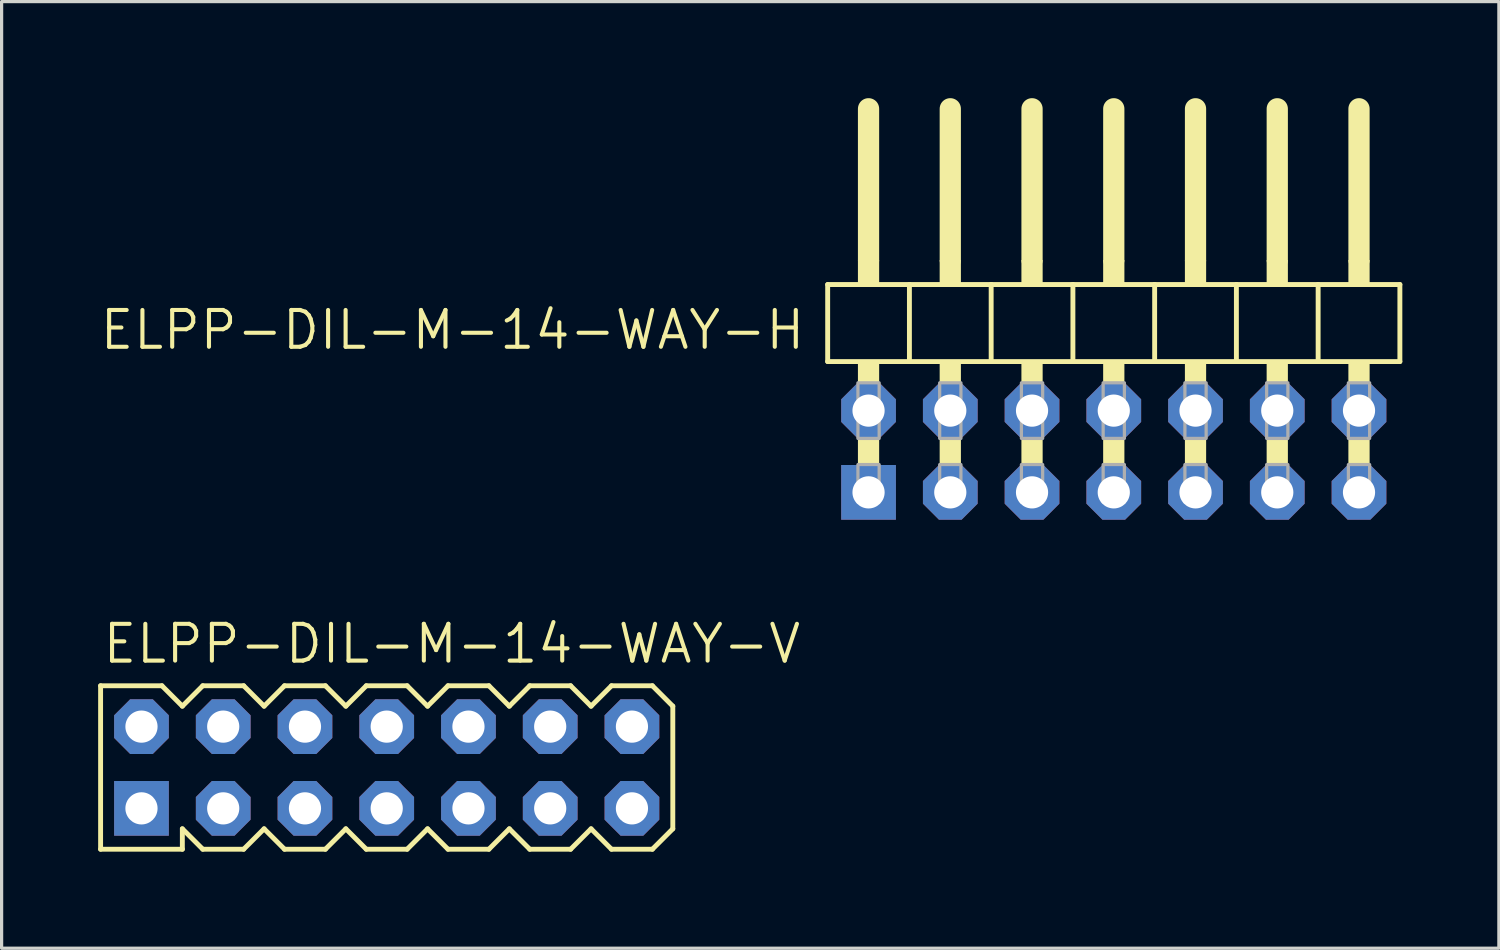
<source format=kicad_pcb>
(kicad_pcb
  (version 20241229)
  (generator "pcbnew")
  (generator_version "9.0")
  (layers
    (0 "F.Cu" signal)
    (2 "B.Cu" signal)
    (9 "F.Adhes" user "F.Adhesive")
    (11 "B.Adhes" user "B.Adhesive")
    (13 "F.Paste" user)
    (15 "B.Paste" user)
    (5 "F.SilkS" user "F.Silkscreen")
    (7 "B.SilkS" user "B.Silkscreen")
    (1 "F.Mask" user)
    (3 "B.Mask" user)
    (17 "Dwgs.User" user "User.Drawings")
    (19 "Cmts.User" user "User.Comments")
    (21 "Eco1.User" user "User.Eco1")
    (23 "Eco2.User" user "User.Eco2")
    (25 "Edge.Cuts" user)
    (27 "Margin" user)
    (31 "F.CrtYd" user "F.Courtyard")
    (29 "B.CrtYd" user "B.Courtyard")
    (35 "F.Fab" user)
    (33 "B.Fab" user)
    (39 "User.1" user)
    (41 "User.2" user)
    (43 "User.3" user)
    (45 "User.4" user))
  (footprint "ELPP-DIL-M-14-WAY-H"
    (layer "F.Cu")
    (at 31.558 10.979)
    (property "Reference" "ELPP-DIL-M-14-WAY-H" (at -9.525 -4.445 0) (unlocked yes) (layer "F.SilkS") (effects (font (size 1.143 1.143) (thickness 0.127)) (justify right top)))
    (fp_line (start -8.89 -5.188) (end -6.35 -5.188) (stroke (width 0.152) (type solid)) (layer "F.SilkS"))
    (fp_line (start -8.89 -2.794) (end -8.89 -5.188) (stroke (width 0.152) (type solid)) (layer "F.SilkS"))
    (fp_line (start -7.62 -5.95) (end -7.62 -10.649) (stroke (width 0.66) (type solid)) (layer "F.SilkS"))
    (fp_line (start -6.35 -5.188) (end -3.81 -5.188) (stroke (width 0.152) (type solid)) (layer "F.SilkS"))
    (fp_line (start -6.35 -2.794) (end -8.89 -2.794) (stroke (width 0.152) (type solid)) (layer "F.SilkS"))
    (fp_line (start -6.35 -2.794) (end -6.35 -5.188) (stroke (width 0.152) (type solid)) (layer "F.SilkS"))
    (fp_line (start -6.35 -2.794) (end -3.81 -2.794) (stroke (width 0.152) (type solid)) (layer "F.SilkS"))
    (fp_line (start -5.08 -5.95) (end -5.08 -10.649) (stroke (width 0.66) (type solid)) (layer "F.SilkS"))
    (fp_line (start -3.81 -5.188) (end -1.27 -5.188) (stroke (width 0.152) (type solid)) (layer "F.SilkS"))
    (fp_line (start -3.81 -2.794) (end -3.81 -5.188) (stroke (width 0.152) (type solid)) (layer "F.SilkS"))
    (fp_line (start -2.54 -5.95) (end -2.54 -10.649) (stroke (width 0.66) (type solid)) (layer "F.SilkS"))
    (fp_line (start -1.27 -5.188) (end 1.27 -5.188) (stroke (width 0.152) (type solid)) (layer "F.SilkS"))
    (fp_line (start -1.27 -2.794) (end -3.81 -2.794) (stroke (width 0.152) (type solid)) (layer "F.SilkS"))
    (fp_line (start -1.27 -2.794) (end -1.27 -5.188) (stroke (width 0.152) (type solid)) (layer "F.SilkS"))
    (fp_line (start 0 -5.95) (end 0 -10.649) (stroke (width 0.66) (type solid)) (layer "F.SilkS"))
    (fp_line (start 1.27 -5.188) (end 3.81 -5.188) (stroke (width 0.152) (type solid)) (layer "F.SilkS"))
    (fp_line (start 1.27 -2.794) (end -1.27 -2.794) (stroke (width 0.152) (type solid)) (layer "F.SilkS"))
    (fp_line (start 1.27 -2.794) (end 1.27 -5.188) (stroke (width 0.152) (type solid)) (layer "F.SilkS"))
    (fp_line (start 2.54 -5.95) (end 2.54 -10.649) (stroke (width 0.66) (type solid)) (layer "F.SilkS"))
    (fp_line (start 3.81 -5.188) (end 6.35 -5.188) (stroke (width 0.152) (type solid)) (layer "F.SilkS"))
    (fp_line (start 3.81 -2.794) (end 1.27 -2.794) (stroke (width 0.152) (type solid)) (layer "F.SilkS"))
    (fp_line (start 3.81 -2.794) (end 3.81 -5.188) (stroke (width 0.152) (type solid)) (layer "F.SilkS"))
    (fp_line (start 5.08 -5.95) (end 5.08 -10.649) (stroke (width 0.66) (type solid)) (layer "F.SilkS"))
    (fp_line (start 6.35 -5.188) (end 8.89 -5.188) (stroke (width 0.152) (type solid)) (layer "F.SilkS"))
    (fp_line (start 6.35 -2.794) (end 3.81 -2.794) (stroke (width 0.152) (type solid)) (layer "F.SilkS"))
    (fp_line (start 6.35 -2.794) (end 6.35 -5.188) (stroke (width 0.152) (type solid)) (layer "F.SilkS"))
    (fp_line (start 6.35 -2.794) (end 8.89 -2.794) (stroke (width 0.152) (type solid)) (layer "F.SilkS"))
    (fp_line (start 7.62 -5.95) (end 7.62 -10.649) (stroke (width 0.66) (type solid)) (layer "F.SilkS"))
    (fp_line (start 8.89 -2.794) (end 8.89 -5.188) (stroke (width 0.152) (type solid)) (layer "F.SilkS"))
    (fp_poly (pts (xy -7.95 -5.188) (xy -7.29 -5.188) (xy -7.29 -5.95) (xy -7.95 -5.95)) (stroke (width 0) (type default)) (fill yes) (layer "F.SilkS"))
    (fp_poly (pts (xy -7.95 -2.134) (xy -7.29 -2.134) (xy -7.29 -2.794) (xy -7.95 -2.794)) (stroke (width 0) (type default)) (fill yes) (layer "F.SilkS"))
    (fp_poly (pts (xy -7.95 0.406) (xy -7.29 0.406) (xy -7.29 -0.406) (xy -7.95 -0.406)) (stroke (width 0) (type default)) (fill yes) (layer "F.SilkS"))
    (fp_poly (pts (xy -5.41 -5.188) (xy -4.75 -5.188) (xy -4.75 -5.95) (xy -5.41 -5.95)) (stroke (width 0) (type default)) (fill yes) (layer "F.SilkS"))
    (fp_poly (pts (xy -5.41 -2.134) (xy -4.75 -2.134) (xy -4.75 -2.794) (xy -5.41 -2.794)) (stroke (width 0) (type default)) (fill yes) (layer "F.SilkS"))
    (fp_poly (pts (xy -5.41 0.406) (xy -4.75 0.406) (xy -4.75 -0.406) (xy -5.41 -0.406)) (stroke (width 0) (type default)) (fill yes) (layer "F.SilkS"))
    (fp_poly (pts (xy -2.87 -5.188) (xy -2.21 -5.188) (xy -2.21 -5.95) (xy -2.87 -5.95)) (stroke (width 0) (type default)) (fill yes) (layer "F.SilkS"))
    (fp_poly (pts (xy -2.87 -2.134) (xy -2.21 -2.134) (xy -2.21 -2.794) (xy -2.87 -2.794)) (stroke (width 0) (type default)) (fill yes) (layer "F.SilkS"))
    (fp_poly (pts (xy -2.87 0.406) (xy -2.21 0.406) (xy -2.21 -0.406) (xy -2.87 -0.406)) (stroke (width 0) (type default)) (fill yes) (layer "F.SilkS"))
    (fp_poly (pts (xy -0.33 -5.188) (xy 0.33 -5.188) (xy 0.33 -5.95) (xy -0.33 -5.95)) (stroke (width 0) (type default)) (fill yes) (layer "F.SilkS"))
    (fp_poly (pts (xy -0.33 -2.134) (xy 0.33 -2.134) (xy 0.33 -2.794) (xy -0.33 -2.794)) (stroke (width 0) (type default)) (fill yes) (layer "F.SilkS"))
    (fp_poly (pts (xy -0.33 0.406) (xy 0.33 0.406) (xy 0.33 -0.406) (xy -0.33 -0.406)) (stroke (width 0) (type default)) (fill yes) (layer "F.SilkS"))
    (fp_poly (pts (xy 2.21 -5.188) (xy 2.87 -5.188) (xy 2.87 -5.95) (xy 2.21 -5.95)) (stroke (width 0) (type default)) (fill yes) (layer "F.SilkS"))
    (fp_poly (pts (xy 2.21 -2.134) (xy 2.87 -2.134) (xy 2.87 -2.794) (xy 2.21 -2.794)) (stroke (width 0) (type default)) (fill yes) (layer "F.SilkS"))
    (fp_poly (pts (xy 2.21 0.406) (xy 2.87 0.406) (xy 2.87 -0.406) (xy 2.21 -0.406)) (stroke (width 0) (type default)) (fill yes) (layer "F.SilkS"))
    (fp_poly (pts (xy 4.75 -5.188) (xy 5.41 -5.188) (xy 5.41 -5.95) (xy 4.75 -5.95)) (stroke (width 0) (type default)) (fill yes) (layer "F.SilkS"))
    (fp_poly (pts (xy 4.75 -2.134) (xy 5.41 -2.134) (xy 5.41 -2.794) (xy 4.75 -2.794)) (stroke (width 0) (type default)) (fill yes) (layer "F.SilkS"))
    (fp_poly (pts (xy 4.75 0.406) (xy 5.41 0.406) (xy 5.41 -0.406) (xy 4.75 -0.406)) (stroke (width 0) (type default)) (fill yes) (layer "F.SilkS"))
    (fp_poly (pts (xy 7.29 -5.188) (xy 7.95 -5.188) (xy 7.95 -5.95) (xy 7.29 -5.95)) (stroke (width 0) (type default)) (fill yes) (layer "F.SilkS"))
    (fp_poly (pts (xy 7.29 -2.134) (xy 7.95 -2.134) (xy 7.95 -2.794) (xy 7.29 -2.794)) (stroke (width 0) (type default)) (fill yes) (layer "F.SilkS"))
    (fp_poly (pts (xy 7.29 0.406) (xy 7.95 0.406) (xy 7.95 -0.406) (xy 7.29 -0.406)) (stroke (width 0) (type default)) (fill yes) (layer "F.SilkS"))
    (fp_poly (pts (xy -7.95 -0.406) (xy -7.29 -0.406) (xy -7.29 -2.134) (xy -7.95 -2.134)) (stroke (width 0.1) (type default)) (fill no) (layer "F.Fab"))
    (fp_poly (pts (xy -7.95 1.575) (xy -7.29 1.575) (xy -7.29 0.406) (xy -7.95 0.406)) (stroke (width 0.1) (type default)) (fill no) (layer "F.Fab"))
    (fp_poly (pts (xy -5.41 -0.406) (xy -4.75 -0.406) (xy -4.75 -2.134) (xy -5.41 -2.134)) (stroke (width 0.1) (type default)) (fill no) (layer "F.Fab"))
    (fp_poly (pts (xy -5.41 1.575) (xy -4.75 1.575) (xy -4.75 0.406) (xy -5.41 0.406)) (stroke (width 0.1) (type default)) (fill no) (layer "F.Fab"))
    (fp_poly (pts (xy -2.87 -0.406) (xy -2.21 -0.406) (xy -2.21 -2.134) (xy -2.87 -2.134)) (stroke (width 0.1) (type default)) (fill no) (layer "F.Fab"))
    (fp_poly (pts (xy -2.87 1.575) (xy -2.21 1.575) (xy -2.21 0.406) (xy -2.87 0.406)) (stroke (width 0.1) (type default)) (fill no) (layer "F.Fab"))
    (fp_poly (pts (xy -0.33 -0.406) (xy 0.33 -0.406) (xy 0.33 -2.134) (xy -0.33 -2.134)) (stroke (width 0.1) (type default)) (fill no) (layer "F.Fab"))
    (fp_poly (pts (xy -0.33 1.575) (xy 0.33 1.575) (xy 0.33 0.406) (xy -0.33 0.406)) (stroke (width 0.1) (type default)) (fill no) (layer "F.Fab"))
    (fp_poly (pts (xy 2.21 -0.406) (xy 2.87 -0.406) (xy 2.87 -2.134) (xy 2.21 -2.134)) (stroke (width 0.1) (type default)) (fill no) (layer "F.Fab"))
    (fp_poly (pts (xy 2.21 1.575) (xy 2.87 1.575) (xy 2.87 0.406) (xy 2.21 0.406)) (stroke (width 0.1) (type default)) (fill no) (layer "F.Fab"))
    (fp_poly (pts (xy 4.75 -0.406) (xy 5.41 -0.406) (xy 5.41 -2.134) (xy 4.75 -2.134)) (stroke (width 0.1) (type default)) (fill no) (layer "F.Fab"))
    (fp_poly (pts (xy 4.75 1.575) (xy 5.41 1.575) (xy 5.41 0.406) (xy 4.75 0.406)) (stroke (width 0.1) (type default)) (fill no) (layer "F.Fab"))
    (fp_poly (pts (xy 7.29 -0.406) (xy 7.95 -0.406) (xy 7.95 -2.134) (xy 7.29 -2.134)) (stroke (width 0.1) (type default)) (fill no) (layer "F.Fab"))
    (fp_poly (pts (xy 7.29 1.575) (xy 7.95 1.575) (xy 7.95 0.406) (xy 7.29 0.406)) (stroke (width 0.1) (type default)) (fill no) (layer "F.Fab"))
    (pad "1" thru_hole rect (at -7.62 1.27) (size 1.7 1.7) (drill 1) (layers "*.Cu" "*.Mask"))
    (pad "2" thru_hole roundrect (at -7.62 -1.27) (size 1.7 1.7) (drill 1) (layers "*.Cu" "*.Mask") (roundrect_rratio 0.25) (chamfer_ratio 0.293) (chamfer top_left top_right bottom_left bottom_right))
    (pad "3" thru_hole roundrect (at -5.08 1.27) (size 1.7 1.7) (drill 1) (layers "*.Cu" "*.Mask") (roundrect_rratio 0.25) (chamfer_ratio 0.293) (chamfer top_left top_right bottom_left bottom_right))
    (pad "4" thru_hole roundrect (at -5.08 -1.27) (size 1.7 1.7) (drill 1) (layers "*.Cu" "*.Mask") (roundrect_rratio 0.25) (chamfer_ratio 0.293) (chamfer top_left top_right bottom_left bottom_right))
    (pad "5" thru_hole roundrect (at -2.54 1.27) (size 1.7 1.7) (drill 1) (layers "*.Cu" "*.Mask") (roundrect_rratio 0.25) (chamfer_ratio 0.293) (chamfer top_left top_right bottom_left bottom_right))
    (pad "6" thru_hole roundrect (at -2.54 -1.27) (size 1.7 1.7) (drill 1) (layers "*.Cu" "*.Mask") (roundrect_rratio 0.25) (chamfer_ratio 0.293) (chamfer top_left top_right bottom_left bottom_right))
    (pad "7" thru_hole roundrect (at 0 1.27) (size 1.7 1.7) (drill 1) (layers "*.Cu" "*.Mask") (roundrect_rratio 0.25) (chamfer_ratio 0.293) (chamfer top_left top_right bottom_left bottom_right))
    (pad "8" thru_hole roundrect (at 0 -1.27) (size 1.7 1.7) (drill 1) (layers "*.Cu" "*.Mask") (roundrect_rratio 0.25) (chamfer_ratio 0.293) (chamfer top_left top_right bottom_left bottom_right))
    (pad "9" thru_hole roundrect (at 2.54 1.27) (size 1.7 1.7) (drill 1) (layers "*.Cu" "*.Mask") (roundrect_rratio 0.25) (chamfer_ratio 0.293) (chamfer top_left top_right bottom_left bottom_right))
    (pad "10" thru_hole roundrect (at 2.54 -1.27) (size 1.7 1.7) (drill 1) (layers "*.Cu" "*.Mask") (roundrect_rratio 0.25) (chamfer_ratio 0.293) (chamfer top_left top_right bottom_left bottom_right))
    (pad "11" thru_hole roundrect (at 5.08 1.27) (size 1.7 1.7) (drill 1) (layers "*.Cu" "*.Mask") (roundrect_rratio 0.25) (chamfer_ratio 0.293) (chamfer top_left top_right bottom_left bottom_right))
    (pad "12" thru_hole roundrect (at 5.08 -1.27) (size 1.7 1.7) (drill 1) (layers "*.Cu" "*.Mask") (roundrect_rratio 0.25) (chamfer_ratio 0.293) (chamfer top_left top_right bottom_left bottom_right))
    (pad "13" thru_hole roundrect (at 7.62 1.27) (size 1.7 1.7) (drill 1) (layers "*.Cu" "*.Mask") (roundrect_rratio 0.25) (chamfer_ratio 0.293) (chamfer top_left top_right bottom_left bottom_right))
    (pad "14" thru_hole roundrect (at 7.62 -1.27) (size 1.7 1.7) (drill 1) (layers "*.Cu" "*.Mask") (roundrect_rratio 0.25) (chamfer_ratio 0.293) (chamfer top_left top_right bottom_left bottom_right)))
  (footprint "ELPP-DIL-M-14-WAY-V"
    (layer "F.Cu")
    (at 8.966 20.798)
    (property "Reference" "ELPP-DIL-M-14-WAY-V" (at -8.89 -3.175 0) (unlocked yes) (layer "F.SilkS") (effects (font (size 1.143 1.143) (thickness 0.127)) (justify left bottom)))
    (fp_line (start -8.89 -2.54) (end -6.985 -2.54) (stroke (width 0.152) (type solid)) (layer "F.SilkS"))
    (fp_line (start -8.89 2.54) (end -8.89 -2.54) (stroke (width 0.152) (type solid)) (layer "F.SilkS"))
    (fp_line (start -8.89 2.54) (end -6.35 2.54) (stroke (width 0.152) (type solid)) (layer "F.SilkS"))
    (fp_line (start -6.985 -2.54) (end -6.35 -1.905) (stroke (width 0.152) (type solid)) (layer "F.SilkS"))
    (fp_line (start -6.35 -1.905) (end -5.715 -2.54) (stroke (width 0.152) (type solid)) (layer "F.SilkS"))
    (fp_line (start -6.35 2.54) (end -6.35 1.905) (stroke (width 0.152) (type solid)) (layer "F.SilkS"))
    (fp_line (start -5.715 -2.54) (end -4.445 -2.54) (stroke (width 0.152) (type solid)) (layer "F.SilkS"))
    (fp_line (start -5.715 2.54) (end -6.35 1.905) (stroke (width 0.152) (type solid)) (layer "F.SilkS"))
    (fp_line (start -4.445 -2.54) (end -3.81 -1.905) (stroke (width 0.152) (type solid)) (layer "F.SilkS"))
    (fp_line (start -4.445 2.54) (end -5.715 2.54) (stroke (width 0.152) (type solid)) (layer "F.SilkS"))
    (fp_line (start -3.81 -1.905) (end -3.175 -2.54) (stroke (width 0.152) (type solid)) (layer "F.SilkS"))
    (fp_line (start -3.81 1.905) (end -4.445 2.54) (stroke (width 0.152) (type solid)) (layer "F.SilkS"))
    (fp_line (start -3.175 -2.54) (end -1.905 -2.54) (stroke (width 0.152) (type solid)) (layer "F.SilkS"))
    (fp_line (start -3.175 2.54) (end -3.81 1.905) (stroke (width 0.152) (type solid)) (layer "F.SilkS"))
    (fp_line (start -1.905 -2.54) (end -1.27 -1.905) (stroke (width 0.152) (type solid)) (layer "F.SilkS"))
    (fp_line (start -1.905 2.54) (end -3.175 2.54) (stroke (width 0.152) (type solid)) (layer "F.SilkS"))
    (fp_line (start -1.27 1.905) (end -1.905 2.54) (stroke (width 0.152) (type solid)) (layer "F.SilkS"))
    (fp_line (start -1.27 1.905) (end -0.635 2.54) (stroke (width 0.152) (type solid)) (layer "F.SilkS"))
    (fp_line (start -0.635 -2.54) (end -1.27 -1.905) (stroke (width 0.152) (type solid)) (layer "F.SilkS"))
    (fp_line (start -0.635 -2.54) (end 0.635 -2.54) (stroke (width 0.152) (type solid)) (layer "F.SilkS"))
    (fp_line (start 0.635 -2.54) (end 1.27 -1.905) (stroke (width 0.152) (type solid)) (layer "F.SilkS"))
    (fp_line (start 0.635 2.54) (end -0.635 2.54) (stroke (width 0.152) (type solid)) (layer "F.SilkS"))
    (fp_line (start 1.27 -1.905) (end 1.905 -2.54) (stroke (width 0.152) (type solid)) (layer "F.SilkS"))
    (fp_line (start 1.27 1.905) (end 0.635 2.54) (stroke (width 0.152) (type solid)) (layer "F.SilkS"))
    (fp_line (start 1.905 -2.54) (end 3.175 -2.54) (stroke (width 0.152) (type solid)) (layer "F.SilkS"))
    (fp_line (start 1.905 2.54) (end 1.27 1.905) (stroke (width 0.152) (type solid)) (layer "F.SilkS"))
    (fp_line (start 3.175 -2.54) (end 3.81 -1.905) (stroke (width 0.152) (type solid)) (layer "F.SilkS"))
    (fp_line (start 3.175 2.54) (end 1.905 2.54) (stroke (width 0.152) (type solid)) (layer "F.SilkS"))
    (fp_line (start 3.81 -1.905) (end 4.445 -2.54) (stroke (width 0.152) (type solid)) (layer "F.SilkS"))
    (fp_line (start 3.81 1.905) (end 3.175 2.54) (stroke (width 0.152) (type solid)) (layer "F.SilkS"))
    (fp_line (start 4.445 -2.54) (end 5.715 -2.54) (stroke (width 0.152) (type solid)) (layer "F.SilkS"))
    (fp_line (start 4.445 2.54) (end 3.81 1.905) (stroke (width 0.152) (type solid)) (layer "F.SilkS"))
    (fp_line (start 5.715 -2.54) (end 6.35 -1.905) (stroke (width 0.152) (type solid)) (layer "F.SilkS"))
    (fp_line (start 5.715 2.54) (end 4.445 2.54) (stroke (width 0.152) (type solid)) (layer "F.SilkS"))
    (fp_line (start 6.35 -1.905) (end 6.985 -2.54) (stroke (width 0.152) (type solid)) (layer "F.SilkS"))
    (fp_line (start 6.35 1.905) (end 5.715 2.54) (stroke (width 0.152) (type solid)) (layer "F.SilkS"))
    (fp_line (start 6.985 -2.54) (end 8.255 -2.54) (stroke (width 0.152) (type solid)) (layer "F.SilkS"))
    (fp_line (start 6.985 2.54) (end 6.35 1.905) (stroke (width 0.152) (type solid)) (layer "F.SilkS"))
    (fp_line (start 8.255 -2.54) (end 8.89 -1.905) (stroke (width 0.152) (type solid)) (layer "F.SilkS"))
    (fp_line (start 8.255 2.54) (end 6.985 2.54) (stroke (width 0.152) (type solid)) (layer "F.SilkS"))
    (fp_line (start 8.89 1.905) (end 8.255 2.54) (stroke (width 0.152) (type solid)) (layer "F.SilkS"))
    (fp_line (start 8.89 1.905) (end 8.89 -1.905) (stroke (width 0.152) (type solid)) (layer "F.SilkS"))
    (fp_poly (pts (xy -7.874 -1.016) (xy -7.366 -1.016) (xy -7.366 -1.524) (xy -7.874 -1.524)) (stroke (width 0.1) (type default)) (fill no) (layer "F.Fab"))
    (fp_poly (pts (xy -7.874 1.524) (xy -7.366 1.524) (xy -7.366 1.016) (xy -7.874 1.016)) (stroke (width 0.1) (type default)) (fill no) (layer "F.Fab"))
    (fp_poly (pts (xy -5.334 -1.016) (xy -4.826 -1.016) (xy -4.826 -1.524) (xy -5.334 -1.524)) (stroke (width 0.1) (type default)) (fill no) (layer "F.Fab"))
    (fp_poly (pts (xy -5.334 1.524) (xy -4.826 1.524) (xy -4.826 1.016) (xy -5.334 1.016)) (stroke (width 0.1) (type default)) (fill no) (layer "F.Fab"))
    (fp_poly (pts (xy -2.794 -1.016) (xy -2.286 -1.016) (xy -2.286 -1.524) (xy -2.794 -1.524)) (stroke (width 0.1) (type default)) (fill no) (layer "F.Fab"))
    (fp_poly (pts (xy -2.794 1.524) (xy -2.286 1.524) (xy -2.286 1.016) (xy -2.794 1.016)) (stroke (width 0.1) (type default)) (fill no) (layer "F.Fab"))
    (fp_poly (pts (xy -0.254 -1.016) (xy 0.254 -1.016) (xy 0.254 -1.524) (xy -0.254 -1.524)) (stroke (width 0.1) (type default)) (fill no) (layer "F.Fab"))
    (fp_poly (pts (xy -0.254 1.524) (xy 0.254 1.524) (xy 0.254 1.016) (xy -0.254 1.016)) (stroke (width 0.1) (type default)) (fill no) (layer "F.Fab"))
    (fp_poly (pts (xy 2.286 -1.016) (xy 2.794 -1.016) (xy 2.794 -1.524) (xy 2.286 -1.524)) (stroke (width 0.1) (type default)) (fill no) (layer "F.Fab"))
    (fp_poly (pts (xy 2.286 1.524) (xy 2.794 1.524) (xy 2.794 1.016) (xy 2.286 1.016)) (stroke (width 0.1) (type default)) (fill no) (layer "F.Fab"))
    (fp_poly (pts (xy 4.826 -1.016) (xy 5.334 -1.016) (xy 5.334 -1.524) (xy 4.826 -1.524)) (stroke (width 0.1) (type default)) (fill no) (layer "F.Fab"))
    (fp_poly (pts (xy 4.826 1.524) (xy 5.334 1.524) (xy 5.334 1.016) (xy 4.826 1.016)) (stroke (width 0.1) (type default)) (fill no) (layer "F.Fab"))
    (fp_poly (pts (xy 7.366 -1.016) (xy 7.874 -1.016) (xy 7.874 -1.524) (xy 7.366 -1.524)) (stroke (width 0.1) (type default)) (fill no) (layer "F.Fab"))
    (fp_poly (pts (xy 7.366 1.524) (xy 7.874 1.524) (xy 7.874 1.016) (xy 7.366 1.016)) (stroke (width 0.1) (type default)) (fill no) (layer "F.Fab"))
    (pad "1" thru_hole rect (at -7.62 1.27 90) (size 1.7 1.7) (drill 1) (layers "*.Cu" "*.Mask"))
    (pad "2" thru_hole roundrect (at -7.62 -1.27 90) (size 1.7 1.7) (drill 1) (layers "*.Cu" "*.Mask") (roundrect_rratio 0.25) (chamfer_ratio 0.293) (chamfer top_left top_right bottom_left bottom_right))
    (pad "3" thru_hole roundrect (at -5.08 1.27 90) (size 1.7 1.7) (drill 1) (layers "*.Cu" "*.Mask") (roundrect_rratio 0.25) (chamfer_ratio 0.293) (chamfer top_left top_right bottom_left bottom_right))
    (pad "4" thru_hole roundrect (at -5.08 -1.27 90) (size 1.7 1.7) (drill 1) (layers "*.Cu" "*.Mask") (roundrect_rratio 0.25) (chamfer_ratio 0.293) (chamfer top_left top_right bottom_left bottom_right))
    (pad "5" thru_hole roundrect (at -2.54 1.27 90) (size 1.7 1.7) (drill 1) (layers "*.Cu" "*.Mask") (roundrect_rratio 0.25) (chamfer_ratio 0.293) (chamfer top_left top_right bottom_left bottom_right))
    (pad "6" thru_hole roundrect (at -2.54 -1.27 90) (size 1.7 1.7) (drill 1) (layers "*.Cu" "*.Mask") (roundrect_rratio 0.25) (chamfer_ratio 0.293) (chamfer top_left top_right bottom_left bottom_right))
    (pad "7" thru_hole roundrect (at 0 1.27 90) (size 1.7 1.7) (drill 1) (layers "*.Cu" "*.Mask") (roundrect_rratio 0.25) (chamfer_ratio 0.293) (chamfer top_left top_right bottom_left bottom_right))
    (pad "8" thru_hole roundrect (at 0 -1.27 90) (size 1.7 1.7) (drill 1) (layers "*.Cu" "*.Mask") (roundrect_rratio 0.25) (chamfer_ratio 0.293) (chamfer top_left top_right bottom_left bottom_right))
    (pad "9" thru_hole roundrect (at 2.54 1.27 90) (size 1.7 1.7) (drill 1) (layers "*.Cu" "*.Mask") (roundrect_rratio 0.25) (chamfer_ratio 0.293) (chamfer top_left top_right bottom_left bottom_right))
    (pad "10" thru_hole roundrect (at 2.54 -1.27 90) (size 1.7 1.7) (drill 1) (layers "*.Cu" "*.Mask") (roundrect_rratio 0.25) (chamfer_ratio 0.293) (chamfer top_left top_right bottom_left bottom_right))
    (pad "11" thru_hole roundrect (at 5.08 1.27 90) (size 1.7 1.7) (drill 1) (layers "*.Cu" "*.Mask") (roundrect_rratio 0.25) (chamfer_ratio 0.293) (chamfer top_left top_right bottom_left bottom_right))
    (pad "12" thru_hole roundrect (at 5.08 -1.27 90) (size 1.7 1.7) (drill 1) (layers "*.Cu" "*.Mask") (roundrect_rratio 0.25) (chamfer_ratio 0.293) (chamfer top_left top_right bottom_left bottom_right))
    (pad "13" thru_hole roundrect (at 7.62 1.27 90) (size 1.7 1.7) (drill 1) (layers "*.Cu" "*.Mask") (roundrect_rratio 0.25) (chamfer_ratio 0.293) (chamfer top_left top_right bottom_left bottom_right))
    (pad "14" thru_hole roundrect (at 7.62 -1.27 90) (size 1.7 1.7) (drill 1) (layers "*.Cu" "*.Mask") (roundrect_rratio 0.25) (chamfer_ratio 0.293) (chamfer top_left top_right bottom_left bottom_right)))
  (gr_rect
    (start -3 -3)
    (end 43.524 26.414)
    (stroke (width 0.1) (type default))
    (fill no)
    (layer "Edge.Cuts")))
</source>
